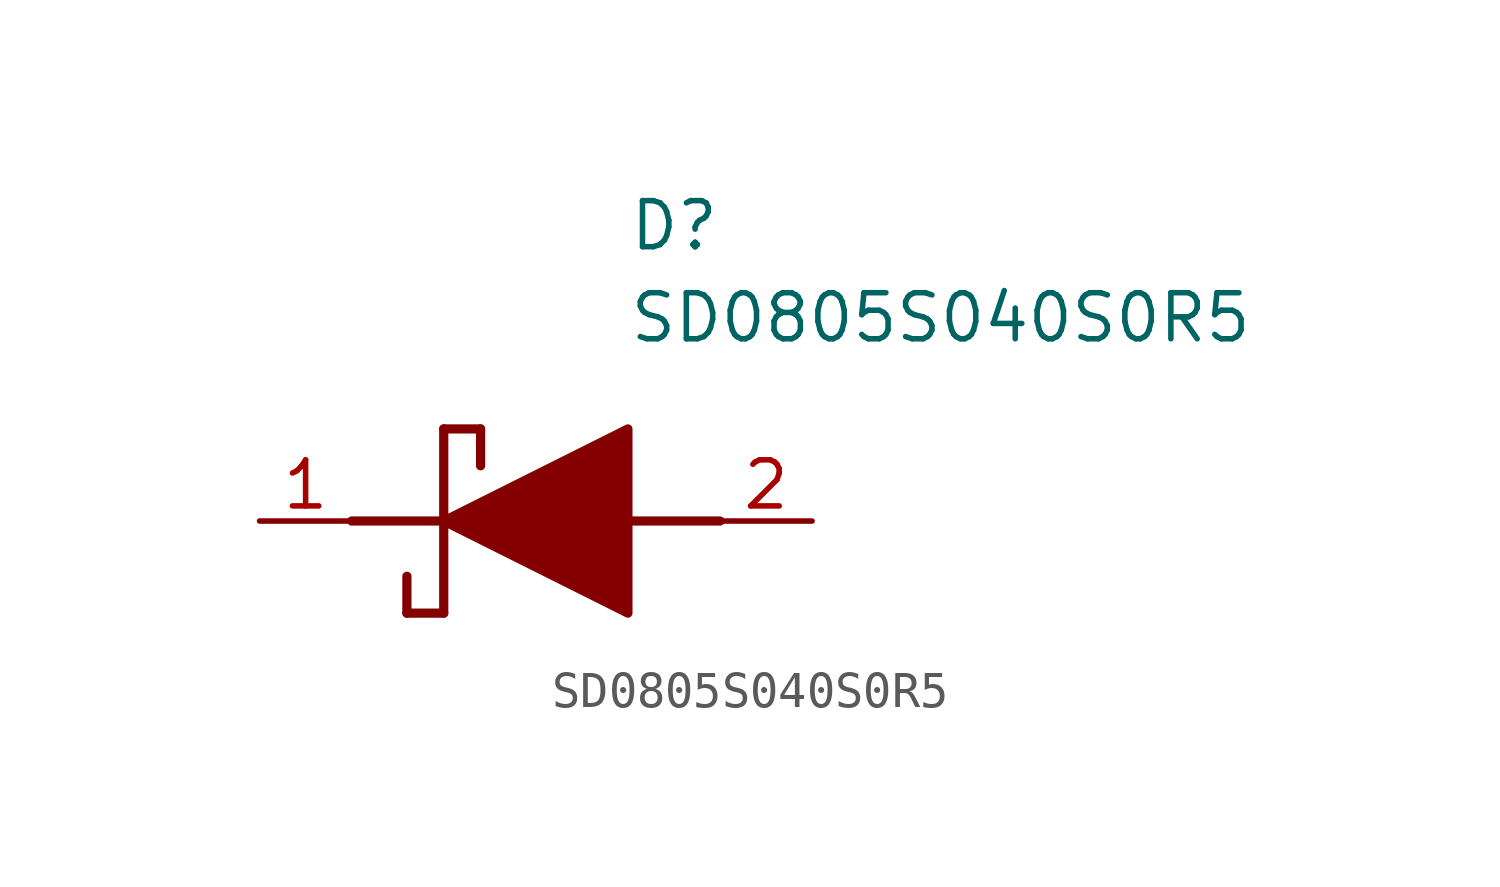
<source format=kicad_sym>
(kicad_symbol_lib
  (version 20220914)
  (generator kicad_symbol_editor)
  (symbol "SD0805S040S0R5"
    (pin_names hide)
    (property "Reference" "D"
      (at 12.7 8.89 0)
      (effects (font (size 1.27 1.27)) (justify left top)))
    (property "Value" "SD0805S040S0R5"
      (at 12.7 6.35 0)
      (effects (font (size 1.27 1.27)) (justify left top)))
    (symbol "SD0805S040S0R5_1_1"
      (polyline (pts (xy 5.08 0) (xy 7.62 0)) (stroke (width 0.254) (type default)) (fill (type none)))
      (polyline (pts (xy 6.604 -1.524) (xy 6.604 -2.54)) (stroke (width 0.254) (type default)) (fill (type none)))
      (polyline (pts (xy 7.62 -2.54) (xy 6.604 -2.54)) (stroke (width 0.254) (type default)) (fill (type none)))
      (polyline (pts (xy 7.62 2.54) (xy 7.62 -2.54)) (stroke (width 0.254) (type default)) (fill (type none)))
      (polyline (pts (xy 7.62 2.54) (xy 8.636 2.54)) (stroke (width 0.254) (type default)) (fill (type none)))
      (polyline (pts (xy 8.636 1.524) (xy 8.636 2.54)) (stroke (width 0.254) (type default)) (fill (type none)))
      (polyline (pts (xy 12.7 0) (xy 15.24 0)) (stroke (width 0.254) (type default)) (fill (type none)))
      (polyline (pts (xy 7.62 0) (xy 12.7 2.54) (xy 12.7 -2.54) (xy 7.62 0)) (stroke (width 0.254) (type default)) (fill (type outline)))
      (pin passive line (at 2.54 0 0) (length 2.54) (name "K" (effects (font (size 1.27 1.27)))) (number "1" (effects (font (size 1.27 1.27)))))
      (pin passive line (at 17.78 0 180) (length 2.54) (name "A" (effects (font (size 1.27 1.27)))) (number "2" (effects (font (size 1.27 1.27))))))))
</source>
